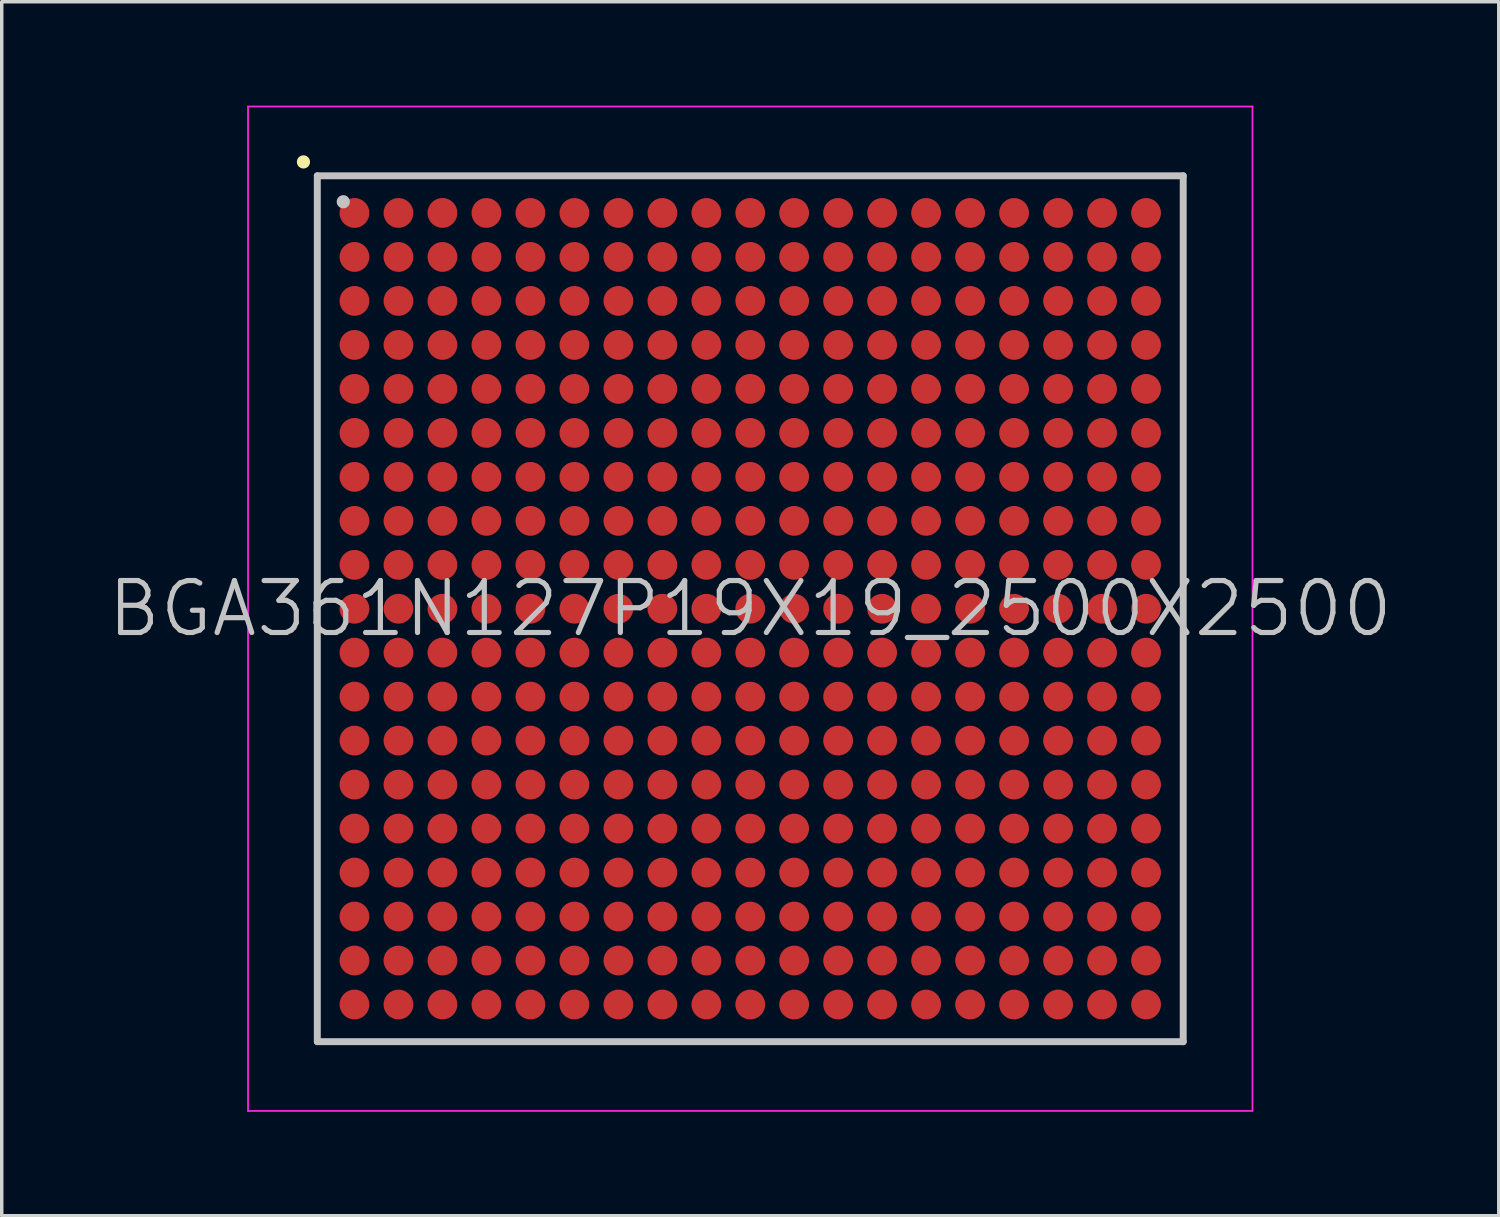
<source format=kicad_pcb>
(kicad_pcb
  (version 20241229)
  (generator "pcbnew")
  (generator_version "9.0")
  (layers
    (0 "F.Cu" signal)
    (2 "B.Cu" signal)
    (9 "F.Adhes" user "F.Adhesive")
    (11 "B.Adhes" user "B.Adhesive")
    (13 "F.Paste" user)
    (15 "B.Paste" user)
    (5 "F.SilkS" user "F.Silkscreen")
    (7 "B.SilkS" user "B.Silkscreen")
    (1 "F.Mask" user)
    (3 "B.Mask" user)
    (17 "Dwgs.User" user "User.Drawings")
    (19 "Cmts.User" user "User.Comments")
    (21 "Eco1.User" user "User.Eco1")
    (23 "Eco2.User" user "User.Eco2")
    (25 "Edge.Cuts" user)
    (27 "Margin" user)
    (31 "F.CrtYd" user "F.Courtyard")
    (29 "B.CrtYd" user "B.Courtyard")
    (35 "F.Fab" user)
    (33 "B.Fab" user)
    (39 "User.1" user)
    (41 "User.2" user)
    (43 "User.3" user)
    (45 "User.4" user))
  (footprint "BGA361N127P19X19_2500X2500"
    (layer "F.Cu")
    (at 18.611 14.525)
    (property "Reference" "BGA361N127P19X19_2500X2500" (at 0 0 0) (layer "Dwgs.User") (effects (font (size 1.5 1.5) (thickness 0.15))))
    (attr smd)
    (fp_line (start -12.9 -12.9) (end -12.9 -12.9) (stroke (width 0.381) (type solid)) (layer "F.SilkS"))
    (fp_line (start -12.5 -12.5) (end -12.5 12.5) (stroke (width 0.2) (type solid)) (layer "Dwgs.User"))
    (fp_line (start -12.5 -12.5) (end 12.5 -12.5) (stroke (width 0.2) (type solid)) (layer "Dwgs.User"))
    (fp_line (start -12.5 12.5) (end 12.5 12.5) (stroke (width 0.2) (type solid)) (layer "Dwgs.User"))
    (fp_line (start -11.75 -11.75) (end -11.75 -11.75) (stroke (width 0.381) (type solid)) (layer "Dwgs.User"))
    (fp_line (start 12.5 -12.5) (end 12.5 12.5) (stroke (width 0.2) (type solid)) (layer "Dwgs.User"))
    (fp_line (start -14.5 -14.5) (end -14.5 14.5) (stroke (width 0.05) (type solid)) (layer "F.CrtYd"))
    (fp_line (start -14.5 -14.5) (end 14.5 -14.5) (stroke (width 0.05) (type solid)) (layer "F.CrtYd"))
    (fp_line (start -14.5 14.5) (end 14.5 14.5) (stroke (width 0.05) (type solid)) (layer "F.CrtYd"))
    (fp_line (start 14.5 -14.5) (end 14.5 14.5) (stroke (width 0.05) (type solid)) (layer "F.CrtYd"))
    (pad "A1" smd circle (at -11.427 -11.427 270) (size 0.86 0.86) (layers "F.Cu" "F.Mask" "F.Paste"))
    (pad "A2" smd circle (at -10.157 -11.427 270) (size 0.86 0.86) (layers "F.Cu" "F.Mask" "F.Paste"))
    (pad "A3" smd circle (at -8.887 -11.427 270) (size 0.86 0.86) (layers "F.Cu" "F.Mask" "F.Paste"))
    (pad "A4" smd circle (at -7.617 -11.427 270) (size 0.86 0.86) (layers "F.Cu" "F.Mask" "F.Paste"))
    (pad "A5" smd circle (at -6.347 -11.427 270) (size 0.86 0.86) (layers "F.Cu" "F.Mask" "F.Paste"))
    (pad "A6" smd circle (at -5.077 -11.427 270) (size 0.86 0.86) (layers "F.Cu" "F.Mask" "F.Paste"))
    (pad "A7" smd circle (at -3.807 -11.427 270) (size 0.86 0.86) (layers "F.Cu" "F.Mask" "F.Paste"))
    (pad "A8" smd circle (at -2.537 -11.427 270) (size 0.86 0.86) (layers "F.Cu" "F.Mask" "F.Paste"))
    (pad "A9" smd circle (at -1.267 -11.427 270) (size 0.86 0.86) (layers "F.Cu" "F.Mask" "F.Paste"))
    (pad "A10" smd circle (at 0 -11.427 270) (size 0.86 0.86) (layers "F.Cu" "F.Mask" "F.Paste"))
    (pad "A11" smd circle (at 1.267 -11.427 270) (size 0.86 0.86) (layers "F.Cu" "F.Mask" "F.Paste"))
    (pad "A12" smd circle (at 2.537 -11.427 270) (size 0.86 0.86) (layers "F.Cu" "F.Mask" "F.Paste"))
    (pad "A13" smd circle (at 3.807 -11.427 270) (size 0.86 0.86) (layers "F.Cu" "F.Mask" "F.Paste"))
    (pad "A14" smd circle (at 5.077 -11.427 270) (size 0.86 0.86) (layers "F.Cu" "F.Mask" "F.Paste"))
    (pad "A15" smd circle (at 6.347 -11.427 270) (size 0.86 0.86) (layers "F.Cu" "F.Mask" "F.Paste"))
    (pad "A16" smd circle (at 7.617 -11.427 270) (size 0.86 0.86) (layers "F.Cu" "F.Mask" "F.Paste"))
    (pad "A17" smd circle (at 8.887 -11.427 270) (size 0.86 0.86) (layers "F.Cu" "F.Mask" "F.Paste"))
    (pad "A18" smd circle (at 10.157 -11.427 270) (size 0.86 0.86) (layers "F.Cu" "F.Mask" "F.Paste"))
    (pad "A19" smd circle (at 11.427 -11.427 270) (size 0.86 0.86) (layers "F.Cu" "F.Mask" "F.Paste"))
    (pad "B1" smd circle (at -11.427 -10.157 270) (size 0.86 0.86) (layers "F.Cu" "F.Mask" "F.Paste"))
    (pad "B2" smd circle (at -10.157 -10.157 270) (size 0.86 0.86) (layers "F.Cu" "F.Mask" "F.Paste"))
    (pad "B3" smd circle (at -8.887 -10.157 270) (size 0.86 0.86) (layers "F.Cu" "F.Mask" "F.Paste"))
    (pad "B4" smd circle (at -7.617 -10.157 270) (size 0.86 0.86) (layers "F.Cu" "F.Mask" "F.Paste"))
    (pad "B5" smd circle (at -6.347 -10.157 270) (size 0.86 0.86) (layers "F.Cu" "F.Mask" "F.Paste"))
    (pad "B6" smd circle (at -5.077 -10.157 270) (size 0.86 0.86) (layers "F.Cu" "F.Mask" "F.Paste"))
    (pad "B7" smd circle (at -3.807 -10.157 270) (size 0.86 0.86) (layers "F.Cu" "F.Mask" "F.Paste"))
    (pad "B8" smd circle (at -2.537 -10.157 270) (size 0.86 0.86) (layers "F.Cu" "F.Mask" "F.Paste"))
    (pad "B9" smd circle (at -1.267 -10.157 270) (size 0.86 0.86) (layers "F.Cu" "F.Mask" "F.Paste"))
    (pad "B10" smd circle (at 0 -10.157 270) (size 0.86 0.86) (layers "F.Cu" "F.Mask" "F.Paste"))
    (pad "B11" smd circle (at 1.267 -10.157 270) (size 0.86 0.86) (layers "F.Cu" "F.Mask" "F.Paste"))
    (pad "B12" smd circle (at 2.537 -10.157 270) (size 0.86 0.86) (layers "F.Cu" "F.Mask" "F.Paste"))
    (pad "B13" smd circle (at 3.807 -10.157 270) (size 0.86 0.86) (layers "F.Cu" "F.Mask" "F.Paste"))
    (pad "B14" smd circle (at 5.077 -10.157 270) (size 0.86 0.86) (layers "F.Cu" "F.Mask" "F.Paste"))
    (pad "B15" smd circle (at 6.347 -10.157 270) (size 0.86 0.86) (layers "F.Cu" "F.Mask" "F.Paste"))
    (pad "B16" smd circle (at 7.617 -10.157 270) (size 0.86 0.86) (layers "F.Cu" "F.Mask" "F.Paste"))
    (pad "B17" smd circle (at 8.887 -10.157 270) (size 0.86 0.86) (layers "F.Cu" "F.Mask" "F.Paste"))
    (pad "B18" smd circle (at 10.157 -10.157 270) (size 0.86 0.86) (layers "F.Cu" "F.Mask" "F.Paste"))
    (pad "B19" smd circle (at 11.427 -10.157 270) (size 0.86 0.86) (layers "F.Cu" "F.Mask" "F.Paste"))
    (pad "C1" smd circle (at -11.427 -8.887 270) (size 0.86 0.86) (layers "F.Cu" "F.Mask" "F.Paste"))
    (pad "C2" smd circle (at -10.157 -8.887 270) (size 0.86 0.86) (layers "F.Cu" "F.Mask" "F.Paste"))
    (pad "C3" smd circle (at -8.887 -8.887 270) (size 0.86 0.86) (layers "F.Cu" "F.Mask" "F.Paste"))
    (pad "C4" smd circle (at -7.617 -8.887 270) (size 0.86 0.86) (layers "F.Cu" "F.Mask" "F.Paste"))
    (pad "C5" smd circle (at -6.347 -8.887 270) (size 0.86 0.86) (layers "F.Cu" "F.Mask" "F.Paste"))
    (pad "C6" smd circle (at -5.077 -8.887 270) (size 0.86 0.86) (layers "F.Cu" "F.Mask" "F.Paste"))
    (pad "C7" smd circle (at -3.807 -8.887 270) (size 0.86 0.86) (layers "F.Cu" "F.Mask" "F.Paste"))
    (pad "C8" smd circle (at -2.537 -8.887 270) (size 0.86 0.86) (layers "F.Cu" "F.Mask" "F.Paste"))
    (pad "C9" smd circle (at -1.267 -8.887 270) (size 0.86 0.86) (layers "F.Cu" "F.Mask" "F.Paste"))
    (pad "C10" smd circle (at 0 -8.887 270) (size 0.86 0.86) (layers "F.Cu" "F.Mask" "F.Paste"))
    (pad "C11" smd circle (at 1.267 -8.887 270) (size 0.86 0.86) (layers "F.Cu" "F.Mask" "F.Paste"))
    (pad "C12" smd circle (at 2.537 -8.887 270) (size 0.86 0.86) (layers "F.Cu" "F.Mask" "F.Paste"))
    (pad "C13" smd circle (at 3.807 -8.887 270) (size 0.86 0.86) (layers "F.Cu" "F.Mask" "F.Paste"))
    (pad "C14" smd circle (at 5.077 -8.887 270) (size 0.86 0.86) (layers "F.Cu" "F.Mask" "F.Paste"))
    (pad "C15" smd circle (at 6.347 -8.887 270) (size 0.86 0.86) (layers "F.Cu" "F.Mask" "F.Paste"))
    (pad "C16" smd circle (at 7.617 -8.887 270) (size 0.86 0.86) (layers "F.Cu" "F.Mask" "F.Paste"))
    (pad "C17" smd circle (at 8.887 -8.887 270) (size 0.86 0.86) (layers "F.Cu" "F.Mask" "F.Paste"))
    (pad "C18" smd circle (at 10.157 -8.887 270) (size 0.86 0.86) (layers "F.Cu" "F.Mask" "F.Paste"))
    (pad "C19" smd circle (at 11.427 -8.887 270) (size 0.86 0.86) (layers "F.Cu" "F.Mask" "F.Paste"))
    (pad "D1" smd circle (at -11.427 -7.617 270) (size 0.86 0.86) (layers "F.Cu" "F.Mask" "F.Paste"))
    (pad "D2" smd circle (at -10.157 -7.617 270) (size 0.86 0.86) (layers "F.Cu" "F.Mask" "F.Paste"))
    (pad "D3" smd circle (at -8.887 -7.617 270) (size 0.86 0.86) (layers "F.Cu" "F.Mask" "F.Paste"))
    (pad "D4" smd circle (at -7.617 -7.617 270) (size 0.86 0.86) (layers "F.Cu" "F.Mask" "F.Paste"))
    (pad "D5" smd circle (at -6.347 -7.617 270) (size 0.86 0.86) (layers "F.Cu" "F.Mask" "F.Paste"))
    (pad "D6" smd circle (at -5.077 -7.617 270) (size 0.86 0.86) (layers "F.Cu" "F.Mask" "F.Paste"))
    (pad "D7" smd circle (at -3.807 -7.617 270) (size 0.86 0.86) (layers "F.Cu" "F.Mask" "F.Paste"))
    (pad "D8" smd circle (at -2.537 -7.617 270) (size 0.86 0.86) (layers "F.Cu" "F.Mask" "F.Paste"))
    (pad "D9" smd circle (at -1.267 -7.617 270) (size 0.86 0.86) (layers "F.Cu" "F.Mask" "F.Paste"))
    (pad "D10" smd circle (at 0 -7.617 270) (size 0.86 0.86) (layers "F.Cu" "F.Mask" "F.Paste"))
    (pad "D11" smd circle (at 1.267 -7.617 270) (size 0.86 0.86) (layers "F.Cu" "F.Mask" "F.Paste"))
    (pad "D12" smd circle (at 2.537 -7.617 270) (size 0.86 0.86) (layers "F.Cu" "F.Mask" "F.Paste"))
    (pad "D13" smd circle (at 3.807 -7.617 270) (size 0.86 0.86) (layers "F.Cu" "F.Mask" "F.Paste"))
    (pad "D14" smd circle (at 5.077 -7.617 270) (size 0.86 0.86) (layers "F.Cu" "F.Mask" "F.Paste"))
    (pad "D15" smd circle (at 6.347 -7.617 270) (size 0.86 0.86) (layers "F.Cu" "F.Mask" "F.Paste"))
    (pad "D16" smd circle (at 7.617 -7.617 270) (size 0.86 0.86) (layers "F.Cu" "F.Mask" "F.Paste"))
    (pad "D17" smd circle (at 8.887 -7.617 270) (size 0.86 0.86) (layers "F.Cu" "F.Mask" "F.Paste"))
    (pad "D18" smd circle (at 10.157 -7.617 270) (size 0.86 0.86) (layers "F.Cu" "F.Mask" "F.Paste"))
    (pad "D19" smd circle (at 11.427 -7.617 270) (size 0.86 0.86) (layers "F.Cu" "F.Mask" "F.Paste"))
    (pad "E1" smd circle (at -11.427 -6.347 270) (size 0.86 0.86) (layers "F.Cu" "F.Mask" "F.Paste"))
    (pad "E2" smd circle (at -10.157 -6.347 270) (size 0.86 0.86) (layers "F.Cu" "F.Mask" "F.Paste"))
    (pad "E3" smd circle (at -8.887 -6.347 270) (size 0.86 0.86) (layers "F.Cu" "F.Mask" "F.Paste"))
    (pad "E4" smd circle (at -7.617 -6.347 270) (size 0.86 0.86) (layers "F.Cu" "F.Mask" "F.Paste"))
    (pad "E5" smd circle (at -6.347 -6.347 270) (size 0.86 0.86) (layers "F.Cu" "F.Mask" "F.Paste"))
    (pad "E6" smd circle (at -5.077 -6.347 270) (size 0.86 0.86) (layers "F.Cu" "F.Mask" "F.Paste"))
    (pad "E7" smd circle (at -3.807 -6.347 270) (size 0.86 0.86) (layers "F.Cu" "F.Mask" "F.Paste"))
    (pad "E8" smd circle (at -2.537 -6.347 270) (size 0.86 0.86) (layers "F.Cu" "F.Mask" "F.Paste"))
    (pad "E9" smd circle (at -1.267 -6.347 270) (size 0.86 0.86) (layers "F.Cu" "F.Mask" "F.Paste"))
    (pad "E10" smd circle (at 0 -6.347 270) (size 0.86 0.86) (layers "F.Cu" "F.Mask" "F.Paste"))
    (pad "E11" smd circle (at 1.267 -6.347 270) (size 0.86 0.86) (layers "F.Cu" "F.Mask" "F.Paste"))
    (pad "E12" smd circle (at 2.537 -6.347 270) (size 0.86 0.86) (layers "F.Cu" "F.Mask" "F.Paste"))
    (pad "E13" smd circle (at 3.807 -6.347 270) (size 0.86 0.86) (layers "F.Cu" "F.Mask" "F.Paste"))
    (pad "E14" smd circle (at 5.077 -6.347 270) (size 0.86 0.86) (layers "F.Cu" "F.Mask" "F.Paste"))
    (pad "E15" smd circle (at 6.347 -6.347 270) (size 0.86 0.86) (layers "F.Cu" "F.Mask" "F.Paste"))
    (pad "E16" smd circle (at 7.617 -6.347 270) (size 0.86 0.86) (layers "F.Cu" "F.Mask" "F.Paste"))
    (pad "E17" smd circle (at 8.887 -6.347 270) (size 0.86 0.86) (layers "F.Cu" "F.Mask" "F.Paste"))
    (pad "E18" smd circle (at 10.157 -6.347 270) (size 0.86 0.86) (layers "F.Cu" "F.Mask" "F.Paste"))
    (pad "E19" smd circle (at 11.427 -6.347 270) (size 0.86 0.86) (layers "F.Cu" "F.Mask" "F.Paste"))
    (pad "F1" smd circle (at -11.427 -5.077 270) (size 0.86 0.86) (layers "F.Cu" "F.Mask" "F.Paste"))
    (pad "F2" smd circle (at -10.157 -5.077 270) (size 0.86 0.86) (layers "F.Cu" "F.Mask" "F.Paste"))
    (pad "F3" smd circle (at -8.887 -5.077 270) (size 0.86 0.86) (layers "F.Cu" "F.Mask" "F.Paste"))
    (pad "F4" smd circle (at -7.617 -5.077 270) (size 0.86 0.86) (layers "F.Cu" "F.Mask" "F.Paste"))
    (pad "F5" smd circle (at -6.347 -5.077 270) (size 0.86 0.86) (layers "F.Cu" "F.Mask" "F.Paste"))
    (pad "F6" smd circle (at -5.077 -5.077 270) (size 0.86 0.86) (layers "F.Cu" "F.Mask" "F.Paste"))
    (pad "F7" smd circle (at -3.807 -5.077 270) (size 0.86 0.86) (layers "F.Cu" "F.Mask" "F.Paste"))
    (pad "F8" smd circle (at -2.537 -5.077 270) (size 0.86 0.86) (layers "F.Cu" "F.Mask" "F.Paste"))
    (pad "F9" smd circle (at -1.267 -5.077 270) (size 0.86 0.86) (layers "F.Cu" "F.Mask" "F.Paste"))
    (pad "F10" smd circle (at 0 -5.077 270) (size 0.86 0.86) (layers "F.Cu" "F.Mask" "F.Paste"))
    (pad "F11" smd circle (at 1.267 -5.077 270) (size 0.86 0.86) (layers "F.Cu" "F.Mask" "F.Paste"))
    (pad "F12" smd circle (at 2.537 -5.077 270) (size 0.86 0.86) (layers "F.Cu" "F.Mask" "F.Paste"))
    (pad "F13" smd circle (at 3.807 -5.077 270) (size 0.86 0.86) (layers "F.Cu" "F.Mask" "F.Paste"))
    (pad "F14" smd circle (at 5.077 -5.077 270) (size 0.86 0.86) (layers "F.Cu" "F.Mask" "F.Paste"))
    (pad "F15" smd circle (at 6.347 -5.077 270) (size 0.86 0.86) (layers "F.Cu" "F.Mask" "F.Paste"))
    (pad "F16" smd circle (at 7.617 -5.077 270) (size 0.86 0.86) (layers "F.Cu" "F.Mask" "F.Paste"))
    (pad "F17" smd circle (at 8.887 -5.077 270) (size 0.86 0.86) (layers "F.Cu" "F.Mask" "F.Paste"))
    (pad "F18" smd circle (at 10.157 -5.077 270) (size 0.86 0.86) (layers "F.Cu" "F.Mask" "F.Paste"))
    (pad "F19" smd circle (at 11.427 -5.077 270) (size 0.86 0.86) (layers "F.Cu" "F.Mask" "F.Paste"))
    (pad "G1" smd circle (at -11.427 -3.807 270) (size 0.86 0.86) (layers "F.Cu" "F.Mask" "F.Paste"))
    (pad "G2" smd circle (at -10.157 -3.807 270) (size 0.86 0.86) (layers "F.Cu" "F.Mask" "F.Paste"))
    (pad "G3" smd circle (at -8.887 -3.807 270) (size 0.86 0.86) (layers "F.Cu" "F.Mask" "F.Paste"))
    (pad "G4" smd circle (at -7.617 -3.807 270) (size 0.86 0.86) (layers "F.Cu" "F.Mask" "F.Paste"))
    (pad "G5" smd circle (at -6.347 -3.807 270) (size 0.86 0.86) (layers "F.Cu" "F.Mask" "F.Paste"))
    (pad "G6" smd circle (at -5.077 -3.807 270) (size 0.86 0.86) (layers "F.Cu" "F.Mask" "F.Paste"))
    (pad "G7" smd circle (at -3.807 -3.807 270) (size 0.86 0.86) (layers "F.Cu" "F.Mask" "F.Paste"))
    (pad "G8" smd circle (at -2.537 -3.807 270) (size 0.86 0.86) (layers "F.Cu" "F.Mask" "F.Paste"))
    (pad "G9" smd circle (at -1.267 -3.807 270) (size 0.86 0.86) (layers "F.Cu" "F.Mask" "F.Paste"))
    (pad "G10" smd circle (at 0 -3.807 270) (size 0.86 0.86) (layers "F.Cu" "F.Mask" "F.Paste"))
    (pad "G11" smd circle (at 1.267 -3.807 270) (size 0.86 0.86) (layers "F.Cu" "F.Mask" "F.Paste"))
    (pad "G12" smd circle (at 2.537 -3.807 270) (size 0.86 0.86) (layers "F.Cu" "F.Mask" "F.Paste"))
    (pad "G13" smd circle (at 3.807 -3.807 270) (size 0.86 0.86) (layers "F.Cu" "F.Mask" "F.Paste"))
    (pad "G14" smd circle (at 5.077 -3.807 270) (size 0.86 0.86) (layers "F.Cu" "F.Mask" "F.Paste"))
    (pad "G15" smd circle (at 6.347 -3.807 270) (size 0.86 0.86) (layers "F.Cu" "F.Mask" "F.Paste"))
    (pad "G16" smd circle (at 7.617 -3.807 270) (size 0.86 0.86) (layers "F.Cu" "F.Mask" "F.Paste"))
    (pad "G17" smd circle (at 8.887 -3.807 270) (size 0.86 0.86) (layers "F.Cu" "F.Mask" "F.Paste"))
    (pad "G18" smd circle (at 10.157 -3.807 270) (size 0.86 0.86) (layers "F.Cu" "F.Mask" "F.Paste"))
    (pad "G19" smd circle (at 11.427 -3.807 270) (size 0.86 0.86) (layers "F.Cu" "F.Mask" "F.Paste"))
    (pad "H1" smd circle (at -11.427 -2.537 270) (size 0.86 0.86) (layers "F.Cu" "F.Mask" "F.Paste"))
    (pad "H2" smd circle (at -10.157 -2.537 270) (size 0.86 0.86) (layers "F.Cu" "F.Mask" "F.Paste"))
    (pad "H3" smd circle (at -8.887 -2.537 270) (size 0.86 0.86) (layers "F.Cu" "F.Mask" "F.Paste"))
    (pad "H4" smd circle (at -7.617 -2.537 270) (size 0.86 0.86) (layers "F.Cu" "F.Mask" "F.Paste"))
    (pad "H5" smd circle (at -6.347 -2.537 270) (size 0.86 0.86) (layers "F.Cu" "F.Mask" "F.Paste"))
    (pad "H6" smd circle (at -5.077 -2.537 270) (size 0.86 0.86) (layers "F.Cu" "F.Mask" "F.Paste"))
    (pad "H7" smd circle (at -3.807 -2.537 270) (size 0.86 0.86) (layers "F.Cu" "F.Mask" "F.Paste"))
    (pad "H8" smd circle (at -2.537 -2.537 270) (size 0.86 0.86) (layers "F.Cu" "F.Mask" "F.Paste"))
    (pad "H9" smd circle (at -1.267 -2.537 270) (size 0.86 0.86) (layers "F.Cu" "F.Mask" "F.Paste"))
    (pad "H10" smd circle (at 0 -2.537 270) (size 0.86 0.86) (layers "F.Cu" "F.Mask" "F.Paste"))
    (pad "H11" smd circle (at 1.267 -2.537 270) (size 0.86 0.86) (layers "F.Cu" "F.Mask" "F.Paste"))
    (pad "H12" smd circle (at 2.537 -2.537 270) (size 0.86 0.86) (layers "F.Cu" "F.Mask" "F.Paste"))
    (pad "H13" smd circle (at 3.807 -2.537 270) (size 0.86 0.86) (layers "F.Cu" "F.Mask" "F.Paste"))
    (pad "H14" smd circle (at 5.077 -2.537 270) (size 0.86 0.86) (layers "F.Cu" "F.Mask" "F.Paste"))
    (pad "H15" smd circle (at 6.347 -2.537 270) (size 0.86 0.86) (layers "F.Cu" "F.Mask" "F.Paste"))
    (pad "H16" smd circle (at 7.617 -2.537 270) (size 0.86 0.86) (layers "F.Cu" "F.Mask" "F.Paste"))
    (pad "H17" smd circle (at 8.887 -2.537 270) (size 0.86 0.86) (layers "F.Cu" "F.Mask" "F.Paste"))
    (pad "H18" smd circle (at 10.157 -2.537 270) (size 0.86 0.86) (layers "F.Cu" "F.Mask" "F.Paste"))
    (pad "H19" smd circle (at 11.427 -2.537 270) (size 0.86 0.86) (layers "F.Cu" "F.Mask" "F.Paste"))
    (pad "J1" smd circle (at -11.427 -1.267 270) (size 0.86 0.86) (layers "F.Cu" "F.Mask" "F.Paste"))
    (pad "J2" smd circle (at -10.157 -1.267 270) (size 0.86 0.86) (layers "F.Cu" "F.Mask" "F.Paste"))
    (pad "J3" smd circle (at -8.887 -1.267 270) (size 0.86 0.86) (layers "F.Cu" "F.Mask" "F.Paste"))
    (pad "J4" smd circle (at -7.617 -1.267 270) (size 0.86 0.86) (layers "F.Cu" "F.Mask" "F.Paste"))
    (pad "J5" smd circle (at -6.347 -1.267 270) (size 0.86 0.86) (layers "F.Cu" "F.Mask" "F.Paste"))
    (pad "J6" smd circle (at -5.077 -1.267 270) (size 0.86 0.86) (layers "F.Cu" "F.Mask" "F.Paste"))
    (pad "J7" smd circle (at -3.807 -1.267 270) (size 0.86 0.86) (layers "F.Cu" "F.Mask" "F.Paste"))
    (pad "J8" smd circle (at -2.537 -1.267 270) (size 0.86 0.86) (layers "F.Cu" "F.Mask" "F.Paste"))
    (pad "J9" smd circle (at -1.267 -1.267 270) (size 0.86 0.86) (layers "F.Cu" "F.Mask" "F.Paste"))
    (pad "J10" smd circle (at 0 -1.267 270) (size 0.86 0.86) (layers "F.Cu" "F.Mask" "F.Paste"))
    (pad "J11" smd circle (at 1.267 -1.267 270) (size 0.86 0.86) (layers "F.Cu" "F.Mask" "F.Paste"))
    (pad "J12" smd circle (at 2.537 -1.267 270) (size 0.86 0.86) (layers "F.Cu" "F.Mask" "F.Paste"))
    (pad "J13" smd circle (at 3.807 -1.267 270) (size 0.86 0.86) (layers "F.Cu" "F.Mask" "F.Paste"))
    (pad "J14" smd circle (at 5.077 -1.267 270) (size 0.86 0.86) (layers "F.Cu" "F.Mask" "F.Paste"))
    (pad "J15" smd circle (at 6.347 -1.267 270) (size 0.86 0.86) (layers "F.Cu" "F.Mask" "F.Paste"))
    (pad "J16" smd circle (at 7.617 -1.267 270) (size 0.86 0.86) (layers "F.Cu" "F.Mask" "F.Paste"))
    (pad "J17" smd circle (at 8.887 -1.267 270) (size 0.86 0.86) (layers "F.Cu" "F.Mask" "F.Paste"))
    (pad "J18" smd circle (at 10.157 -1.267 270) (size 0.86 0.86) (layers "F.Cu" "F.Mask" "F.Paste"))
    (pad "J19" smd circle (at 11.427 -1.267 270) (size 0.86 0.86) (layers "F.Cu" "F.Mask" "F.Paste"))
    (pad "K1" smd circle (at -11.427 0 270) (size 0.86 0.86) (layers "F.Cu" "F.Mask" "F.Paste"))
    (pad "K2" smd circle (at -10.157 0 270) (size 0.86 0.86) (layers "F.Cu" "F.Mask" "F.Paste"))
    (pad "K3" smd circle (at -8.887 0 270) (size 0.86 0.86) (layers "F.Cu" "F.Mask" "F.Paste"))
    (pad "K4" smd circle (at -7.617 0 270) (size 0.86 0.86) (layers "F.Cu" "F.Mask" "F.Paste"))
    (pad "K5" smd circle (at -6.347 0 270) (size 0.86 0.86) (layers "F.Cu" "F.Mask" "F.Paste"))
    (pad "K6" smd circle (at -5.077 0 270) (size 0.86 0.86) (layers "F.Cu" "F.Mask" "F.Paste"))
    (pad "K7" smd circle (at -3.807 0 270) (size 0.86 0.86) (layers "F.Cu" "F.Mask" "F.Paste"))
    (pad "K8" smd circle (at -2.537 0 270) (size 0.86 0.86) (layers "F.Cu" "F.Mask" "F.Paste"))
    (pad "K9" smd circle (at -1.267 0 270) (size 0.86 0.86) (layers "F.Cu" "F.Mask" "F.Paste"))
    (pad "K10" smd circle (at 0 0 270) (size 0.86 0.86) (layers "F.Cu" "F.Mask" "F.Paste"))
    (pad "K11" smd circle (at 1.267 0 270) (size 0.86 0.86) (layers "F.Cu" "F.Mask" "F.Paste"))
    (pad "K12" smd circle (at 2.537 0 270) (size 0.86 0.86) (layers "F.Cu" "F.Mask" "F.Paste"))
    (pad "K13" smd circle (at 3.807 0 270) (size 0.86 0.86) (layers "F.Cu" "F.Mask" "F.Paste"))
    (pad "K14" smd circle (at 5.077 0 270) (size 0.86 0.86) (layers "F.Cu" "F.Mask" "F.Paste"))
    (pad "K15" smd circle (at 6.347 0 270) (size 0.86 0.86) (layers "F.Cu" "F.Mask" "F.Paste"))
    (pad "K16" smd circle (at 7.617 0 270) (size 0.86 0.86) (layers "F.Cu" "F.Mask" "F.Paste"))
    (pad "K17" smd circle (at 8.887 0 270) (size 0.86 0.86) (layers "F.Cu" "F.Mask" "F.Paste"))
    (pad "K18" smd circle (at 10.157 0 270) (size 0.86 0.86) (layers "F.Cu" "F.Mask" "F.Paste"))
    (pad "K19" smd circle (at 11.427 0 270) (size 0.86 0.86) (layers "F.Cu" "F.Mask" "F.Paste"))
    (pad "L1" smd circle (at -11.427 1.267 270) (size 0.86 0.86) (layers "F.Cu" "F.Mask" "F.Paste"))
    (pad "L2" smd circle (at -10.157 1.267 270) (size 0.86 0.86) (layers "F.Cu" "F.Mask" "F.Paste"))
    (pad "L3" smd circle (at -8.887 1.267 270) (size 0.86 0.86) (layers "F.Cu" "F.Mask" "F.Paste"))
    (pad "L4" smd circle (at -7.617 1.267 270) (size 0.86 0.86) (layers "F.Cu" "F.Mask" "F.Paste"))
    (pad "L5" smd circle (at -6.347 1.267 270) (size 0.86 0.86) (layers "F.Cu" "F.Mask" "F.Paste"))
    (pad "L6" smd circle (at -5.077 1.267 270) (size 0.86 0.86) (layers "F.Cu" "F.Mask" "F.Paste"))
    (pad "L7" smd circle (at -3.807 1.267 270) (size 0.86 0.86) (layers "F.Cu" "F.Mask" "F.Paste"))
    (pad "L8" smd circle (at -2.537 1.267 270) (size 0.86 0.86) (layers "F.Cu" "F.Mask" "F.Paste"))
    (pad "L9" smd circle (at -1.267 1.267 270) (size 0.86 0.86) (layers "F.Cu" "F.Mask" "F.Paste"))
    (pad "L10" smd circle (at 0 1.267 270) (size 0.86 0.86) (layers "F.Cu" "F.Mask" "F.Paste"))
    (pad "L11" smd circle (at 1.267 1.267 270) (size 0.86 0.86) (layers "F.Cu" "F.Mask" "F.Paste"))
    (pad "L12" smd circle (at 2.537 1.267 270) (size 0.86 0.86) (layers "F.Cu" "F.Mask" "F.Paste"))
    (pad "L13" smd circle (at 3.807 1.267 270) (size 0.86 0.86) (layers "F.Cu" "F.Mask" "F.Paste"))
    (pad "L14" smd circle (at 5.077 1.267 270) (size 0.86 0.86) (layers "F.Cu" "F.Mask" "F.Paste"))
    (pad "L15" smd circle (at 6.347 1.267 270) (size 0.86 0.86) (layers "F.Cu" "F.Mask" "F.Paste"))
    (pad "L16" smd circle (at 7.617 1.267 270) (size 0.86 0.86) (layers "F.Cu" "F.Mask" "F.Paste"))
    (pad "L17" smd circle (at 8.887 1.267 270) (size 0.86 0.86) (layers "F.Cu" "F.Mask" "F.Paste"))
    (pad "L18" smd circle (at 10.157 1.267 270) (size 0.86 0.86) (layers "F.Cu" "F.Mask" "F.Paste"))
    (pad "L19" smd circle (at 11.427 1.267 270) (size 0.86 0.86) (layers "F.Cu" "F.Mask" "F.Paste"))
    (pad "M1" smd circle (at -11.427 2.537 270) (size 0.86 0.86) (layers "F.Cu" "F.Mask" "F.Paste"))
    (pad "M2" smd circle (at -10.157 2.537 270) (size 0.86 0.86) (layers "F.Cu" "F.Mask" "F.Paste"))
    (pad "M3" smd circle (at -8.887 2.537 270) (size 0.86 0.86) (layers "F.Cu" "F.Mask" "F.Paste"))
    (pad "M4" smd circle (at -7.617 2.537 270) (size 0.86 0.86) (layers "F.Cu" "F.Mask" "F.Paste"))
    (pad "M5" smd circle (at -6.347 2.537 270) (size 0.86 0.86) (layers "F.Cu" "F.Mask" "F.Paste"))
    (pad "M6" smd circle (at -5.077 2.537 270) (size 0.86 0.86) (layers "F.Cu" "F.Mask" "F.Paste"))
    (pad "M7" smd circle (at -3.807 2.537 270) (size 0.86 0.86) (layers "F.Cu" "F.Mask" "F.Paste"))
    (pad "M8" smd circle (at -2.537 2.537 270) (size 0.86 0.86) (layers "F.Cu" "F.Mask" "F.Paste"))
    (pad "M9" smd circle (at -1.267 2.537 270) (size 0.86 0.86) (layers "F.Cu" "F.Mask" "F.Paste"))
    (pad "M10" smd circle (at 0 2.537 270) (size 0.86 0.86) (layers "F.Cu" "F.Mask" "F.Paste"))
    (pad "M11" smd circle (at 1.267 2.537 270) (size 0.86 0.86) (layers "F.Cu" "F.Mask" "F.Paste"))
    (pad "M12" smd circle (at 2.537 2.537 270) (size 0.86 0.86) (layers "F.Cu" "F.Mask" "F.Paste"))
    (pad "M13" smd circle (at 3.807 2.537 270) (size 0.86 0.86) (layers "F.Cu" "F.Mask" "F.Paste"))
    (pad "M14" smd circle (at 5.077 2.537 270) (size 0.86 0.86) (layers "F.Cu" "F.Mask" "F.Paste"))
    (pad "M15" smd circle (at 6.347 2.537 270) (size 0.86 0.86) (layers "F.Cu" "F.Mask" "F.Paste"))
    (pad "M16" smd circle (at 7.617 2.537 270) (size 0.86 0.86) (layers "F.Cu" "F.Mask" "F.Paste"))
    (pad "M17" smd circle (at 8.887 2.537 270) (size 0.86 0.86) (layers "F.Cu" "F.Mask" "F.Paste"))
    (pad "M18" smd circle (at 10.157 2.537 270) (size 0.86 0.86) (layers "F.Cu" "F.Mask" "F.Paste"))
    (pad "M19" smd circle (at 11.427 2.537 270) (size 0.86 0.86) (layers "F.Cu" "F.Mask" "F.Paste"))
    (pad "N1" smd circle (at -11.427 3.807 270) (size 0.86 0.86) (layers "F.Cu" "F.Mask" "F.Paste"))
    (pad "N2" smd circle (at -10.157 3.807 270) (size 0.86 0.86) (layers "F.Cu" "F.Mask" "F.Paste"))
    (pad "N3" smd circle (at -8.887 3.807 270) (size 0.86 0.86) (layers "F.Cu" "F.Mask" "F.Paste"))
    (pad "N4" smd circle (at -7.617 3.807 270) (size 0.86 0.86) (layers "F.Cu" "F.Mask" "F.Paste"))
    (pad "N5" smd circle (at -6.347 3.807 270) (size 0.86 0.86) (layers "F.Cu" "F.Mask" "F.Paste"))
    (pad "N6" smd circle (at -5.077 3.807 270) (size 0.86 0.86) (layers "F.Cu" "F.Mask" "F.Paste"))
    (pad "N7" smd circle (at -3.807 3.807 270) (size 0.86 0.86) (layers "F.Cu" "F.Mask" "F.Paste"))
    (pad "N8" smd circle (at -2.537 3.807 270) (size 0.86 0.86) (layers "F.Cu" "F.Mask" "F.Paste"))
    (pad "N9" smd circle (at -1.267 3.807 270) (size 0.86 0.86) (layers "F.Cu" "F.Mask" "F.Paste"))
    (pad "N10" smd circle (at 0 3.807 270) (size 0.86 0.86) (layers "F.Cu" "F.Mask" "F.Paste"))
    (pad "N11" smd circle (at 1.267 3.807 270) (size 0.86 0.86) (layers "F.Cu" "F.Mask" "F.Paste"))
    (pad "N12" smd circle (at 2.537 3.807 270) (size 0.86 0.86) (layers "F.Cu" "F.Mask" "F.Paste"))
    (pad "N13" smd circle (at 3.807 3.807 270) (size 0.86 0.86) (layers "F.Cu" "F.Mask" "F.Paste"))
    (pad "N14" smd circle (at 5.077 3.807 270) (size 0.86 0.86) (layers "F.Cu" "F.Mask" "F.Paste"))
    (pad "N15" smd circle (at 6.347 3.807 270) (size 0.86 0.86) (layers "F.Cu" "F.Mask" "F.Paste"))
    (pad "N16" smd circle (at 7.617 3.807 270) (size 0.86 0.86) (layers "F.Cu" "F.Mask" "F.Paste"))
    (pad "N17" smd circle (at 8.887 3.807 270) (size 0.86 0.86) (layers "F.Cu" "F.Mask" "F.Paste"))
    (pad "N18" smd circle (at 10.157 3.807 270) (size 0.86 0.86) (layers "F.Cu" "F.Mask" "F.Paste"))
    (pad "N19" smd circle (at 11.427 3.807 270) (size 0.86 0.86) (layers "F.Cu" "F.Mask" "F.Paste"))
    (pad "P1" smd circle (at -11.427 5.077 270) (size 0.86 0.86) (layers "F.Cu" "F.Mask" "F.Paste"))
    (pad "P2" smd circle (at -10.157 5.077 270) (size 0.86 0.86) (layers "F.Cu" "F.Mask" "F.Paste"))
    (pad "P3" smd circle (at -8.887 5.077 270) (size 0.86 0.86) (layers "F.Cu" "F.Mask" "F.Paste"))
    (pad "P4" smd circle (at -7.617 5.077 270) (size 0.86 0.86) (layers "F.Cu" "F.Mask" "F.Paste"))
    (pad "P5" smd circle (at -6.347 5.077 270) (size 0.86 0.86) (layers "F.Cu" "F.Mask" "F.Paste"))
    (pad "P6" smd circle (at -5.077 5.077 270) (size 0.86 0.86) (layers "F.Cu" "F.Mask" "F.Paste"))
    (pad "P7" smd circle (at -3.807 5.077 270) (size 0.86 0.86) (layers "F.Cu" "F.Mask" "F.Paste"))
    (pad "P8" smd circle (at -2.537 5.077 270) (size 0.86 0.86) (layers "F.Cu" "F.Mask" "F.Paste"))
    (pad "P9" smd circle (at -1.267 5.077 270) (size 0.86 0.86) (layers "F.Cu" "F.Mask" "F.Paste"))
    (pad "P10" smd circle (at 0 5.077 270) (size 0.86 0.86) (layers "F.Cu" "F.Mask" "F.Paste"))
    (pad "P11" smd circle (at 1.267 5.077 270) (size 0.86 0.86) (layers "F.Cu" "F.Mask" "F.Paste"))
    (pad "P12" smd circle (at 2.537 5.077 270) (size 0.86 0.86) (layers "F.Cu" "F.Mask" "F.Paste"))
    (pad "P13" smd circle (at 3.807 5.077 270) (size 0.86 0.86) (layers "F.Cu" "F.Mask" "F.Paste"))
    (pad "P14" smd circle (at 5.077 5.077 270) (size 0.86 0.86) (layers "F.Cu" "F.Mask" "F.Paste"))
    (pad "P15" smd circle (at 6.347 5.077 270) (size 0.86 0.86) (layers "F.Cu" "F.Mask" "F.Paste"))
    (pad "P16" smd circle (at 7.617 5.077 270) (size 0.86 0.86) (layers "F.Cu" "F.Mask" "F.Paste"))
    (pad "P17" smd circle (at 8.887 5.077 270) (size 0.86 0.86) (layers "F.Cu" "F.Mask" "F.Paste"))
    (pad "P18" smd circle (at 10.157 5.077 270) (size 0.86 0.86) (layers "F.Cu" "F.Mask" "F.Paste"))
    (pad "P19" smd circle (at 11.427 5.077 270) (size 0.86 0.86) (layers "F.Cu" "F.Mask" "F.Paste"))
    (pad "R1" smd circle (at -11.427 6.347 270) (size 0.86 0.86) (layers "F.Cu" "F.Mask" "F.Paste"))
    (pad "R2" smd circle (at -10.157 6.347 270) (size 0.86 0.86) (layers "F.Cu" "F.Mask" "F.Paste"))
    (pad "R3" smd circle (at -8.887 6.347 270) (size 0.86 0.86) (layers "F.Cu" "F.Mask" "F.Paste"))
    (pad "R4" smd circle (at -7.617 6.347 270) (size 0.86 0.86) (layers "F.Cu" "F.Mask" "F.Paste"))
    (pad "R5" smd circle (at -6.347 6.347 270) (size 0.86 0.86) (layers "F.Cu" "F.Mask" "F.Paste"))
    (pad "R6" smd circle (at -5.077 6.347 270) (size 0.86 0.86) (layers "F.Cu" "F.Mask" "F.Paste"))
    (pad "R7" smd circle (at -3.807 6.347 270) (size 0.86 0.86) (layers "F.Cu" "F.Mask" "F.Paste"))
    (pad "R8" smd circle (at -2.537 6.347 270) (size 0.86 0.86) (layers "F.Cu" "F.Mask" "F.Paste"))
    (pad "R9" smd circle (at -1.267 6.347 270) (size 0.86 0.86) (layers "F.Cu" "F.Mask" "F.Paste"))
    (pad "R10" smd circle (at 0 6.347 270) (size 0.86 0.86) (layers "F.Cu" "F.Mask" "F.Paste"))
    (pad "R11" smd circle (at 1.267 6.347 270) (size 0.86 0.86) (layers "F.Cu" "F.Mask" "F.Paste"))
    (pad "R12" smd circle (at 2.537 6.347 270) (size 0.86 0.86) (layers "F.Cu" "F.Mask" "F.Paste"))
    (pad "R13" smd circle (at 3.807 6.347 270) (size 0.86 0.86) (layers "F.Cu" "F.Mask" "F.Paste"))
    (pad "R14" smd circle (at 5.077 6.347 270) (size 0.86 0.86) (layers "F.Cu" "F.Mask" "F.Paste"))
    (pad "R15" smd circle (at 6.347 6.347 270) (size 0.86 0.86) (layers "F.Cu" "F.Mask" "F.Paste"))
    (pad "R16" smd circle (at 7.617 6.347 270) (size 0.86 0.86) (layers "F.Cu" "F.Mask" "F.Paste"))
    (pad "R17" smd circle (at 8.887 6.347 270) (size 0.86 0.86) (layers "F.Cu" "F.Mask" "F.Paste"))
    (pad "R18" smd circle (at 10.157 6.347 270) (size 0.86 0.86) (layers "F.Cu" "F.Mask" "F.Paste"))
    (pad "R19" smd circle (at 11.427 6.347 270) (size 0.86 0.86) (layers "F.Cu" "F.Mask" "F.Paste"))
    (pad "T1" smd circle (at -11.427 7.617 270) (size 0.86 0.86) (layers "F.Cu" "F.Mask" "F.Paste"))
    (pad "T2" smd circle (at -10.157 7.617 270) (size 0.86 0.86) (layers "F.Cu" "F.Mask" "F.Paste"))
    (pad "T3" smd circle (at -8.887 7.617 270) (size 0.86 0.86) (layers "F.Cu" "F.Mask" "F.Paste"))
    (pad "T4" smd circle (at -7.617 7.617 270) (size 0.86 0.86) (layers "F.Cu" "F.Mask" "F.Paste"))
    (pad "T5" smd circle (at -6.347 7.617 270) (size 0.86 0.86) (layers "F.Cu" "F.Mask" "F.Paste"))
    (pad "T6" smd circle (at -5.077 7.617 270) (size 0.86 0.86) (layers "F.Cu" "F.Mask" "F.Paste"))
    (pad "T7" smd circle (at -3.807 7.617 270) (size 0.86 0.86) (layers "F.Cu" "F.Mask" "F.Paste"))
    (pad "T8" smd circle (at -2.537 7.617 270) (size 0.86 0.86) (layers "F.Cu" "F.Mask" "F.Paste"))
    (pad "T9" smd circle (at -1.267 7.617 270) (size 0.86 0.86) (layers "F.Cu" "F.Mask" "F.Paste"))
    (pad "T10" smd circle (at 0 7.617 270) (size 0.86 0.86) (layers "F.Cu" "F.Mask" "F.Paste"))
    (pad "T11" smd circle (at 1.267 7.617 270) (size 0.86 0.86) (layers "F.Cu" "F.Mask" "F.Paste"))
    (pad "T12" smd circle (at 2.537 7.617 270) (size 0.86 0.86) (layers "F.Cu" "F.Mask" "F.Paste"))
    (pad "T13" smd circle (at 3.807 7.617 270) (size 0.86 0.86) (layers "F.Cu" "F.Mask" "F.Paste"))
    (pad "T14" smd circle (at 5.077 7.617 270) (size 0.86 0.86) (layers "F.Cu" "F.Mask" "F.Paste"))
    (pad "T15" smd circle (at 6.347 7.617 270) (size 0.86 0.86) (layers "F.Cu" "F.Mask" "F.Paste"))
    (pad "T16" smd circle (at 7.617 7.617 270) (size 0.86 0.86) (layers "F.Cu" "F.Mask" "F.Paste"))
    (pad "T17" smd circle (at 8.887 7.617 270) (size 0.86 0.86) (layers "F.Cu" "F.Mask" "F.Paste"))
    (pad "T18" smd circle (at 10.157 7.617 270) (size 0.86 0.86) (layers "F.Cu" "F.Mask" "F.Paste"))
    (pad "T19" smd circle (at 11.427 7.617 270) (size 0.86 0.86) (layers "F.Cu" "F.Mask" "F.Paste"))
    (pad "U1" smd circle (at -11.427 8.887 270) (size 0.86 0.86) (layers "F.Cu" "F.Mask" "F.Paste"))
    (pad "U2" smd circle (at -10.157 8.887 270) (size 0.86 0.86) (layers "F.Cu" "F.Mask" "F.Paste"))
    (pad "U3" smd circle (at -8.887 8.887 270) (size 0.86 0.86) (layers "F.Cu" "F.Mask" "F.Paste"))
    (pad "U4" smd circle (at -7.617 8.887 270) (size 0.86 0.86) (layers "F.Cu" "F.Mask" "F.Paste"))
    (pad "U5" smd circle (at -6.347 8.887 270) (size 0.86 0.86) (layers "F.Cu" "F.Mask" "F.Paste"))
    (pad "U6" smd circle (at -5.077 8.887 270) (size 0.86 0.86) (layers "F.Cu" "F.Mask" "F.Paste"))
    (pad "U7" smd circle (at -3.807 8.887 270) (size 0.86 0.86) (layers "F.Cu" "F.Mask" "F.Paste"))
    (pad "U8" smd circle (at -2.537 8.887 270) (size 0.86 0.86) (layers "F.Cu" "F.Mask" "F.Paste"))
    (pad "U9" smd circle (at -1.267 8.887 270) (size 0.86 0.86) (layers "F.Cu" "F.Mask" "F.Paste"))
    (pad "U10" smd circle (at 0 8.887 270) (size 0.86 0.86) (layers "F.Cu" "F.Mask" "F.Paste"))
    (pad "U11" smd circle (at 1.267 8.887 270) (size 0.86 0.86) (layers "F.Cu" "F.Mask" "F.Paste"))
    (pad "U12" smd circle (at 2.537 8.887 270) (size 0.86 0.86) (layers "F.Cu" "F.Mask" "F.Paste"))
    (pad "U13" smd circle (at 3.807 8.887 270) (size 0.86 0.86) (layers "F.Cu" "F.Mask" "F.Paste"))
    (pad "U14" smd circle (at 5.077 8.887 270) (size 0.86 0.86) (layers "F.Cu" "F.Mask" "F.Paste"))
    (pad "U15" smd circle (at 6.347 8.887 270) (size 0.86 0.86) (layers "F.Cu" "F.Mask" "F.Paste"))
    (pad "U16" smd circle (at 7.617 8.887 270) (size 0.86 0.86) (layers "F.Cu" "F.Mask" "F.Paste"))
    (pad "U17" smd circle (at 8.887 8.887 270) (size 0.86 0.86) (layers "F.Cu" "F.Mask" "F.Paste"))
    (pad "U18" smd circle (at 10.157 8.887 270) (size 0.86 0.86) (layers "F.Cu" "F.Mask" "F.Paste"))
    (pad "U19" smd circle (at 11.427 8.887 270) (size 0.86 0.86) (layers "F.Cu" "F.Mask" "F.Paste"))
    (pad "V1" smd circle (at -11.427 10.157 270) (size 0.86 0.86) (layers "F.Cu" "F.Mask" "F.Paste"))
    (pad "V2" smd circle (at -10.157 10.157 270) (size 0.86 0.86) (layers "F.Cu" "F.Mask" "F.Paste"))
    (pad "V3" smd circle (at -8.887 10.157 270) (size 0.86 0.86) (layers "F.Cu" "F.Mask" "F.Paste"))
    (pad "V4" smd circle (at -7.617 10.157 270) (size 0.86 0.86) (layers "F.Cu" "F.Mask" "F.Paste"))
    (pad "V5" smd circle (at -6.347 10.157 270) (size 0.86 0.86) (layers "F.Cu" "F.Mask" "F.Paste"))
    (pad "V6" smd circle (at -5.077 10.157 270) (size 0.86 0.86) (layers "F.Cu" "F.Mask" "F.Paste"))
    (pad "V7" smd circle (at -3.807 10.157 270) (size 0.86 0.86) (layers "F.Cu" "F.Mask" "F.Paste"))
    (pad "V8" smd circle (at -2.537 10.157 270) (size 0.86 0.86) (layers "F.Cu" "F.Mask" "F.Paste"))
    (pad "V9" smd circle (at -1.267 10.157 270) (size 0.86 0.86) (layers "F.Cu" "F.Mask" "F.Paste"))
    (pad "V10" smd circle (at 0 10.157 270) (size 0.86 0.86) (layers "F.Cu" "F.Mask" "F.Paste"))
    (pad "V11" smd circle (at 1.267 10.157 270) (size 0.86 0.86) (layers "F.Cu" "F.Mask" "F.Paste"))
    (pad "V12" smd circle (at 2.537 10.157 270) (size 0.86 0.86) (layers "F.Cu" "F.Mask" "F.Paste"))
    (pad "V13" smd circle (at 3.807 10.157 270) (size 0.86 0.86) (layers "F.Cu" "F.Mask" "F.Paste"))
    (pad "V14" smd circle (at 5.077 10.157 270) (size 0.86 0.86) (layers "F.Cu" "F.Mask" "F.Paste"))
    (pad "V15" smd circle (at 6.347 10.157 270) (size 0.86 0.86) (layers "F.Cu" "F.Mask" "F.Paste"))
    (pad "V16" smd circle (at 7.617 10.157 270) (size 0.86 0.86) (layers "F.Cu" "F.Mask" "F.Paste"))
    (pad "V17" smd circle (at 8.887 10.157 270) (size 0.86 0.86) (layers "F.Cu" "F.Mask" "F.Paste"))
    (pad "V18" smd circle (at 10.157 10.157 270) (size 0.86 0.86) (layers "F.Cu" "F.Mask" "F.Paste"))
    (pad "V19" smd circle (at 11.427 10.157 270) (size 0.86 0.86) (layers "F.Cu" "F.Mask" "F.Paste"))
    (pad "W1" smd circle (at -11.427 11.427 270) (size 0.86 0.86) (layers "F.Cu" "F.Mask" "F.Paste"))
    (pad "W2" smd circle (at -10.157 11.427 270) (size 0.86 0.86) (layers "F.Cu" "F.Mask" "F.Paste"))
    (pad "W3" smd circle (at -8.887 11.427 270) (size 0.86 0.86) (layers "F.Cu" "F.Mask" "F.Paste"))
    (pad "W4" smd circle (at -7.617 11.427 270) (size 0.86 0.86) (layers "F.Cu" "F.Mask" "F.Paste"))
    (pad "W5" smd circle (at -6.347 11.427 270) (size 0.86 0.86) (layers "F.Cu" "F.Mask" "F.Paste"))
    (pad "W6" smd circle (at -5.077 11.427 270) (size 0.86 0.86) (layers "F.Cu" "F.Mask" "F.Paste"))
    (pad "W7" smd circle (at -3.807 11.427 270) (size 0.86 0.86) (layers "F.Cu" "F.Mask" "F.Paste"))
    (pad "W8" smd circle (at -2.537 11.427 270) (size 0.86 0.86) (layers "F.Cu" "F.Mask" "F.Paste"))
    (pad "W9" smd circle (at -1.267 11.427 270) (size 0.86 0.86) (layers "F.Cu" "F.Mask" "F.Paste"))
    (pad "W10" smd circle (at 0 11.427 270) (size 0.86 0.86) (layers "F.Cu" "F.Mask" "F.Paste"))
    (pad "W11" smd circle (at 1.267 11.427 270) (size 0.86 0.86) (layers "F.Cu" "F.Mask" "F.Paste"))
    (pad "W12" smd circle (at 2.537 11.427 270) (size 0.86 0.86) (layers "F.Cu" "F.Mask" "F.Paste"))
    (pad "W13" smd circle (at 3.807 11.427 270) (size 0.86 0.86) (layers "F.Cu" "F.Mask" "F.Paste"))
    (pad "W14" smd circle (at 5.077 11.427 270) (size 0.86 0.86) (layers "F.Cu" "F.Mask" "F.Paste"))
    (pad "W15" smd circle (at 6.347 11.427 270) (size 0.86 0.86) (layers "F.Cu" "F.Mask" "F.Paste"))
    (pad "W16" smd circle (at 7.617 11.427 270) (size 0.86 0.86) (layers "F.Cu" "F.Mask" "F.Paste"))
    (pad "W17" smd circle (at 8.887 11.427 270) (size 0.86 0.86) (layers "F.Cu" "F.Mask" "F.Paste"))
    (pad "W18" smd circle (at 10.157 11.427 270) (size 0.86 0.86) (layers "F.Cu" "F.Mask" "F.Paste"))
    (pad "W19" smd circle (at 11.427 11.427 270) (size 0.86 0.86) (layers "F.Cu" "F.Mask" "F.Paste")))
  (gr_rect
    (start -3 -3)
    (end 40.221 32.05)
    (stroke (width 0.1) (type default))
    (fill no)
    (layer "Edge.Cuts")))
</source>
